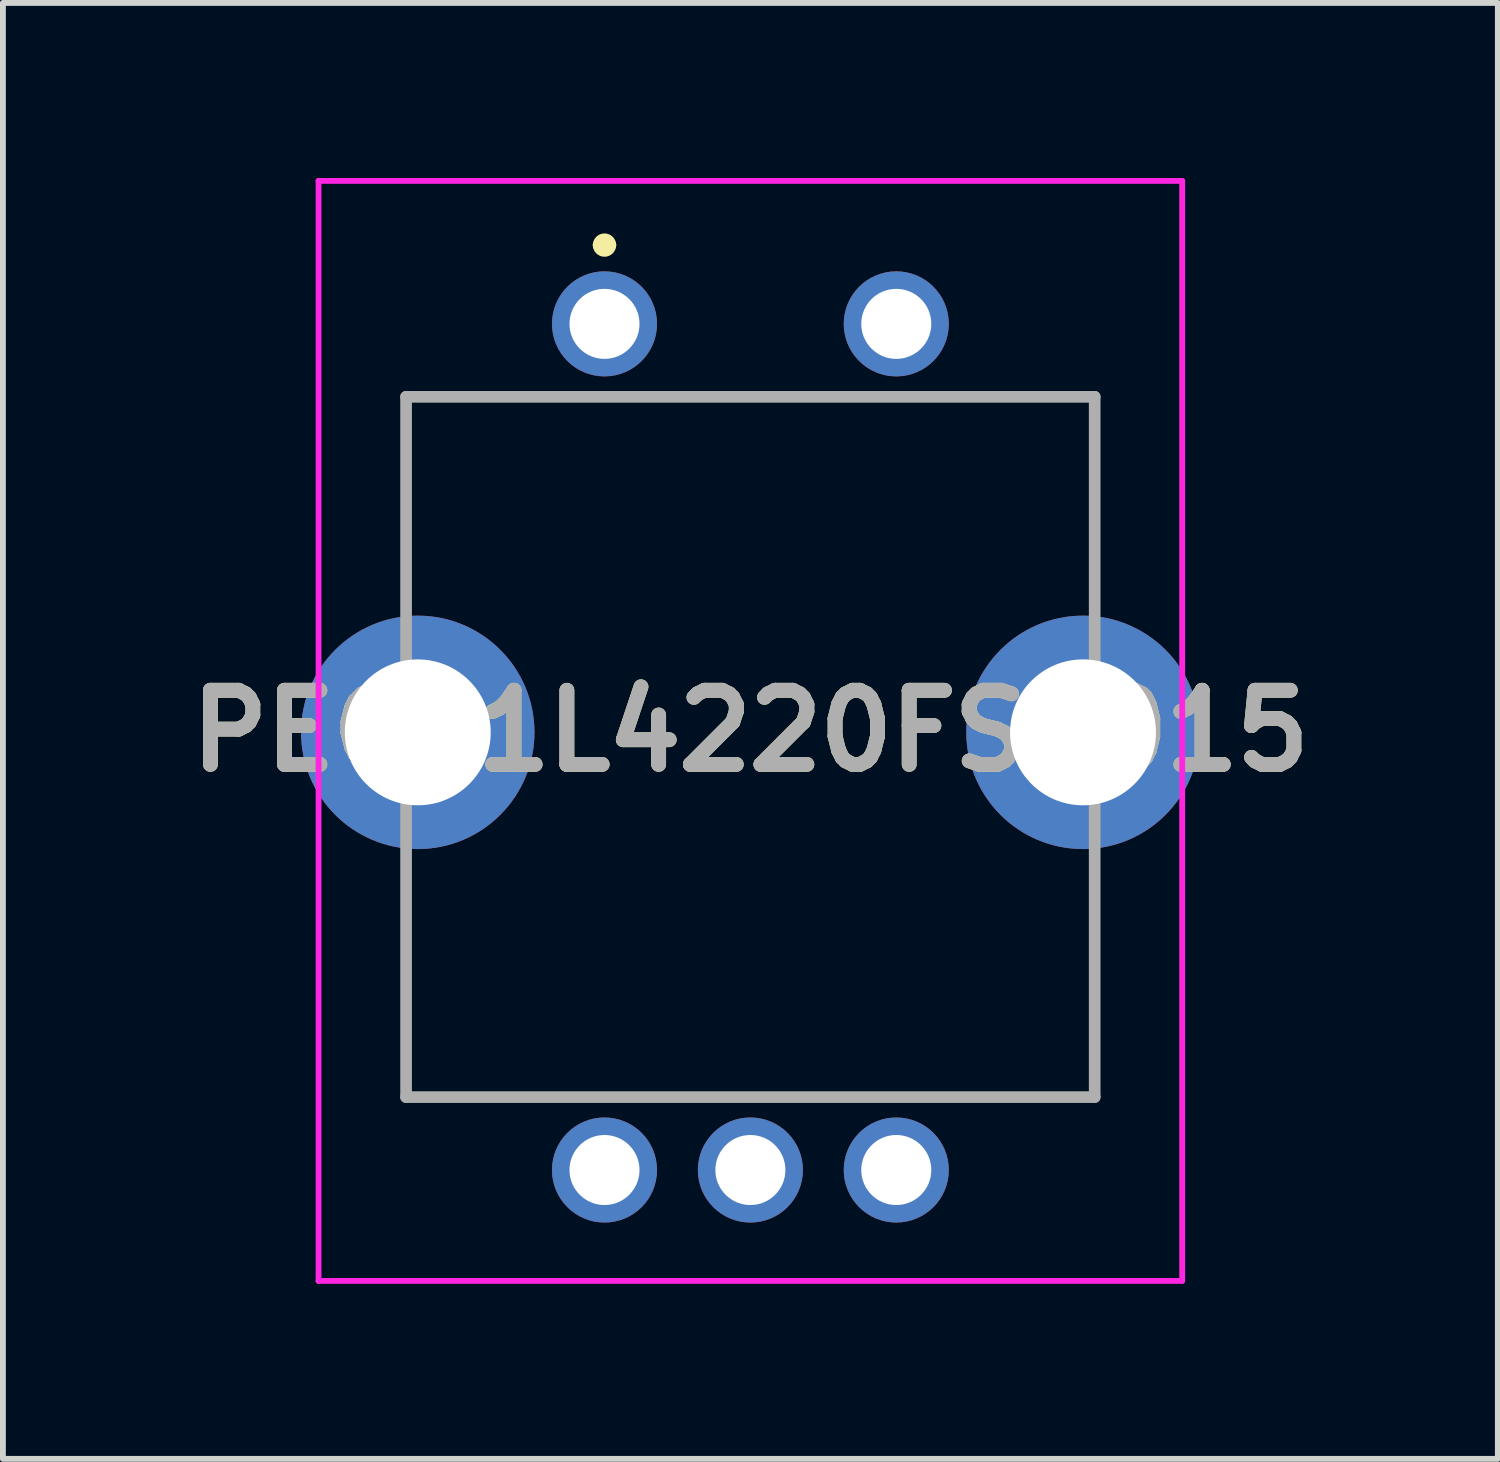
<source format=kicad_pcb>
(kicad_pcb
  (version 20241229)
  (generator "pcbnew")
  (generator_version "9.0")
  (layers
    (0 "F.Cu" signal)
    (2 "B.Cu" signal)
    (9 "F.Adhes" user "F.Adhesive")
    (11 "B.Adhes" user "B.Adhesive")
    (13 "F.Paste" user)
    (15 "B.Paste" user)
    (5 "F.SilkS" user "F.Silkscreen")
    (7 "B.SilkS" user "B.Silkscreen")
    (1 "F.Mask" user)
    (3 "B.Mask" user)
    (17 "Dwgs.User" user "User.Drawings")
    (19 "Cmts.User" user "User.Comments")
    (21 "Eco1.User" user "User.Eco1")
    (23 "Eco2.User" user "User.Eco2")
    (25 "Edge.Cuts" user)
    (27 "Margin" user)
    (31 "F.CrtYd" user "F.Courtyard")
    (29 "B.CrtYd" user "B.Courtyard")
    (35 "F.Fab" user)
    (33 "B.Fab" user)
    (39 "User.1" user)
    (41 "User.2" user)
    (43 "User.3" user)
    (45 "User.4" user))
  (footprint "PEC11L4220FS0015"
    (layer "F.Cu")
    (at 9.809 9.025)
    (property "Reference" "PEC11L4220FS0015" (at 0 0.45 0) (layer "F.SilkS") (effects (font (size 1.27 1.27) (thickness 0.254))))
    (attr through_hole)
    (fp_line (start -5.9 -5.275) (end 5.9 -5.275) (stroke (width 0.1) (type solid)) (layer "F.SilkS"))
    (fp_line (start -5.9 -1.775) (end -5.9 -5.275) (stroke (width 0.1) (type solid)) (layer "F.SilkS"))
    (fp_line (start -5.9 3.225) (end -5.9 6.725) (stroke (width 0.1) (type solid)) (layer "F.SilkS"))
    (fp_line (start -5.9 6.725) (end 5.9 6.725) (stroke (width 0.1) (type solid)) (layer "F.SilkS"))
    (fp_line (start -2.6 -7.875) (end -2.6 -7.875) (stroke (width 0.2) (type solid)) (layer "F.SilkS"))
    (fp_line (start -2.4 -7.875) (end -2.4 -7.875) (stroke (width 0.2) (type solid)) (layer "F.SilkS"))
    (fp_line (start 5.9 -5.275) (end 5.9 -1.775) (stroke (width 0.1) (type solid)) (layer "F.SilkS"))
    (fp_line (start 5.9 6.725) (end 5.9 3.225) (stroke (width 0.1) (type solid)) (layer "F.SilkS"))
    (fp_arc (start -2.6 -7.875) (mid -2.5 -7.975) (end -2.4 -7.875) (stroke (width 0.2) (type solid)) (layer "F.SilkS"))
    (fp_arc (start -2.4 -7.875) (mid -2.5 -7.775) (end -2.6 -7.875) (stroke (width 0.2) (type solid)) (layer "F.SilkS"))
    (fp_line (start -7.4 -8.975) (end 7.4 -8.975) (stroke (width 0.1) (type solid)) (layer "F.CrtYd"))
    (fp_line (start -7.4 9.875) (end -7.4 -8.975) (stroke (width 0.1) (type solid)) (layer "F.CrtYd"))
    (fp_line (start 7.4 -8.975) (end 7.4 9.875) (stroke (width 0.1) (type solid)) (layer "F.CrtYd"))
    (fp_line (start 7.4 9.875) (end -7.4 9.875) (stroke (width 0.1) (type solid)) (layer "F.CrtYd"))
    (fp_line (start -5.9 -5.275) (end 5.9 -5.275) (stroke (width 0.2) (type solid)) (layer "F.Fab"))
    (fp_line (start -5.9 6.725) (end -5.9 -5.275) (stroke (width 0.2) (type solid)) (layer "F.Fab"))
    (fp_line (start 5.9 -5.275) (end 5.9 6.725) (stroke (width 0.2) (type solid)) (layer "F.Fab"))
    (fp_line (start 5.9 6.725) (end -5.9 6.725) (stroke (width 0.2) (type solid)) (layer "F.Fab"))
    (fp_text user "${REFERENCE}" (at 0 0.45 0) (layer "F.Fab") (effects (font (size 1.27 1.27) (thickness 0.254))))
    (pad "1" thru_hole circle (at -2.5 -6.525) (size 1.8 1.8) (drill 1.2) (layers "*.Cu" "*.Mask"))
    (pad "2" thru_hole circle (at 2.5 -6.525) (size 1.8 1.8) (drill 1.2) (layers "*.Cu" "*.Mask"))
    (pad "3" thru_hole circle (at -2.5 7.975) (size 1.8 1.8) (drill 1.2) (layers "*.Cu" "*.Mask"))
    (pad "4" thru_hole circle (at 0 7.975) (size 1.8 1.8) (drill 1.2) (layers "*.Cu" "*.Mask"))
    (pad "5" thru_hole circle (at 2.5 7.975) (size 1.8 1.8) (drill 1.2) (layers "*.Cu" "*.Mask"))
    (pad "6" thru_hole circle (at 5.7 0.475) (size 4 4) (drill 2.5) (layers "*.Cu" "*.Mask"))
    (pad "7" thru_hole circle (at -5.7 0.475) (size 4 4) (drill 2.5) (layers "*.Cu" "*.Mask")))
  (gr_rect
    (start -3 -3)
    (end 22.618 21.95)
    (stroke (width 0.1) (type default))
    (fill no)
    (layer "Edge.Cuts")))
</source>
